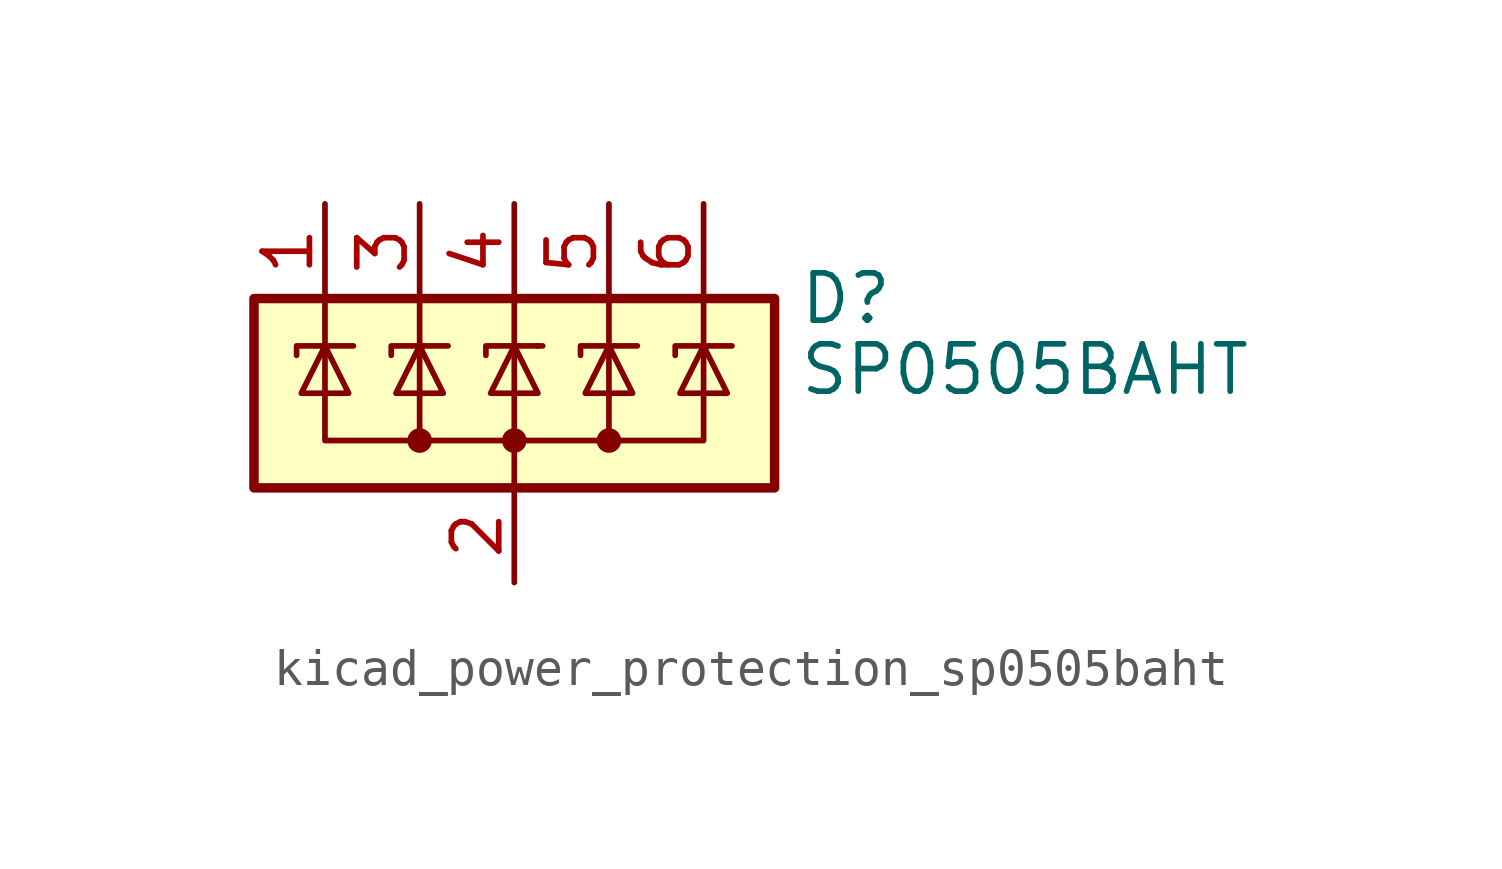
<source format=kicad_sym>
(kicad_symbol_lib
  (version 20220914)
  (generator kicad_symbol_editor)
  (symbol "kicad_power_protection_sp0505baht"
    (pin_names hide)
    (property "Reference" "D"
      (at 7.62 2.54 0)
      (effects (font (size 1.27 1.27)) (justify left)))
    (property "Value" "SP0505BAHT"
      (at 7.62 0.635 0)
      (effects (font (size 1.27 1.27)) (justify left)))
    (symbol "kicad_power_protection_sp0505baht_0_0"
      (pin passive line (at 0 -5.08 90) (length 2.54) (name "A" (effects (font (size 1.27 1.27)))) (number "2" (effects (font (size 1.27 1.27))))))
    (symbol "kicad_power_protection_sp0505baht_0_1"
      (rectangle (start -6.985 2.54) (end 6.985 -2.54) (stroke (width 0.254) (type default)) (fill (type background)))
      (circle (center -2.54 -1.27) (radius 0.254) (stroke (width 0) (type default)) (fill (type outline)))
      (circle (center 0 -1.27) (radius 0.254) (stroke (width 0) (type default)) (fill (type outline)))
      (polyline (pts (xy -5.08 2.54) (xy -5.08 1.27)) (stroke (width 0) (type default)) (fill (type none)))
      (polyline (pts (xy -2.54 2.54) (xy -2.54 1.27)) (stroke (width 0) (type default)) (fill (type none)))
      (polyline (pts (xy 0 -1.27) (xy 0 -2.54)) (stroke (width 0) (type default)) (fill (type none)))
      (polyline (pts (xy 0 -1.27) (xy 0 1.27)) (stroke (width 0) (type default)) (fill (type none)))
      (polyline (pts (xy 0 2.54) (xy 0 1.27)) (stroke (width 0) (type default)) (fill (type none)))
      (polyline (pts (xy 0.635 1.27) (xy 0.762 1.27)) (stroke (width 0) (type default)) (fill (type none)))
      (polyline (pts (xy 2.54 2.54) (xy 2.54 1.27)) (stroke (width 0) (type default)) (fill (type none)))
      (polyline (pts (xy 5.08 2.54) (xy 5.08 1.27)) (stroke (width 0) (type default)) (fill (type none)))
      (polyline (pts (xy -5.08 1.27) (xy -5.08 -1.27) (xy -2.54 -1.27)) (stroke (width 0) (type default)) (fill (type none)))
      (polyline (pts (xy 0.635 1.27) (xy -0.762 1.27) (xy -0.762 1.016)) (stroke (width 0) (type default)) (fill (type none)))
      (polyline (pts (xy 5.08 1.27) (xy 5.08 -1.27) (xy 2.54 -1.27)) (stroke (width 0) (type default)) (fill (type none)))
      (polyline (pts (xy -5.842 1.016) (xy -5.842 1.27) (xy -4.445 1.27) (xy -4.318 1.27)) (stroke (width 0) (type default)) (fill (type none)))
      (polyline (pts (xy -5.08 1.27) (xy -4.445 0) (xy -5.715 0) (xy -5.08 1.27)) (stroke (width 0) (type default)) (fill (type none)))
      (polyline (pts (xy -3.302 1.016) (xy -3.302 1.27) (xy -1.905 1.27) (xy -1.778 1.27)) (stroke (width 0) (type default)) (fill (type none)))
      (polyline (pts (xy -2.54 1.27) (xy -2.54 -1.27) (xy 2.54 -1.27) (xy 2.54 1.27)) (stroke (width 0) (type default)) (fill (type none)))
      (polyline (pts (xy -2.54 1.27) (xy -1.905 0) (xy -3.175 0) (xy -2.54 1.27)) (stroke (width 0) (type default)) (fill (type none)))
      (polyline (pts (xy 0.635 0) (xy -0.635 0) (xy 0 1.27) (xy 0.635 0)) (stroke (width 0) (type default)) (fill (type none)))
      (polyline (pts (xy 1.778 1.016) (xy 1.778 1.27) (xy 3.175 1.27) (xy 3.302 1.27)) (stroke (width 0) (type default)) (fill (type none)))
      (polyline (pts (xy 2.54 1.27) (xy 1.905 0) (xy 3.175 0) (xy 2.54 1.27)) (stroke (width 0) (type default)) (fill (type none)))
      (polyline (pts (xy 4.318 1.016) (xy 4.318 1.27) (xy 5.715 1.27) (xy 5.842 1.27)) (stroke (width 0) (type default)) (fill (type none)))
      (polyline (pts (xy 5.08 1.27) (xy 4.445 0) (xy 5.715 0) (xy 5.08 1.27)) (stroke (width 0) (type default)) (fill (type none)))
      (circle (center 2.54 -1.27) (radius 0.254) (stroke (width 0) (type default)) (fill (type outline))))
    (symbol "kicad_power_protection_sp0505baht_1_1"
      (pin passive line (at -5.08 5.08 270) (length 2.54) (name "K" (effects (font (size 1.27 1.27)))) (number "1" (effects (font (size 1.27 1.27)))))
      (pin passive line (at -2.54 5.08 270) (length 2.54) (name "K" (effects (font (size 1.27 1.27)))) (number "3" (effects (font (size 1.27 1.27)))))
      (pin passive line (at 0 5.08 270) (length 2.54) (name "K" (effects (font (size 1.27 1.27)))) (number "4" (effects (font (size 1.27 1.27)))))
      (pin passive line (at 2.54 5.08 270) (length 2.54) (name "K" (effects (font (size 1.27 1.27)))) (number "5" (effects (font (size 1.27 1.27)))))
      (pin passive line (at 5.08 5.08 270) (length 2.54) (name "K" (effects (font (size 1.27 1.27)))) (number "6" (effects (font (size 1.27 1.27))))))))
</source>
